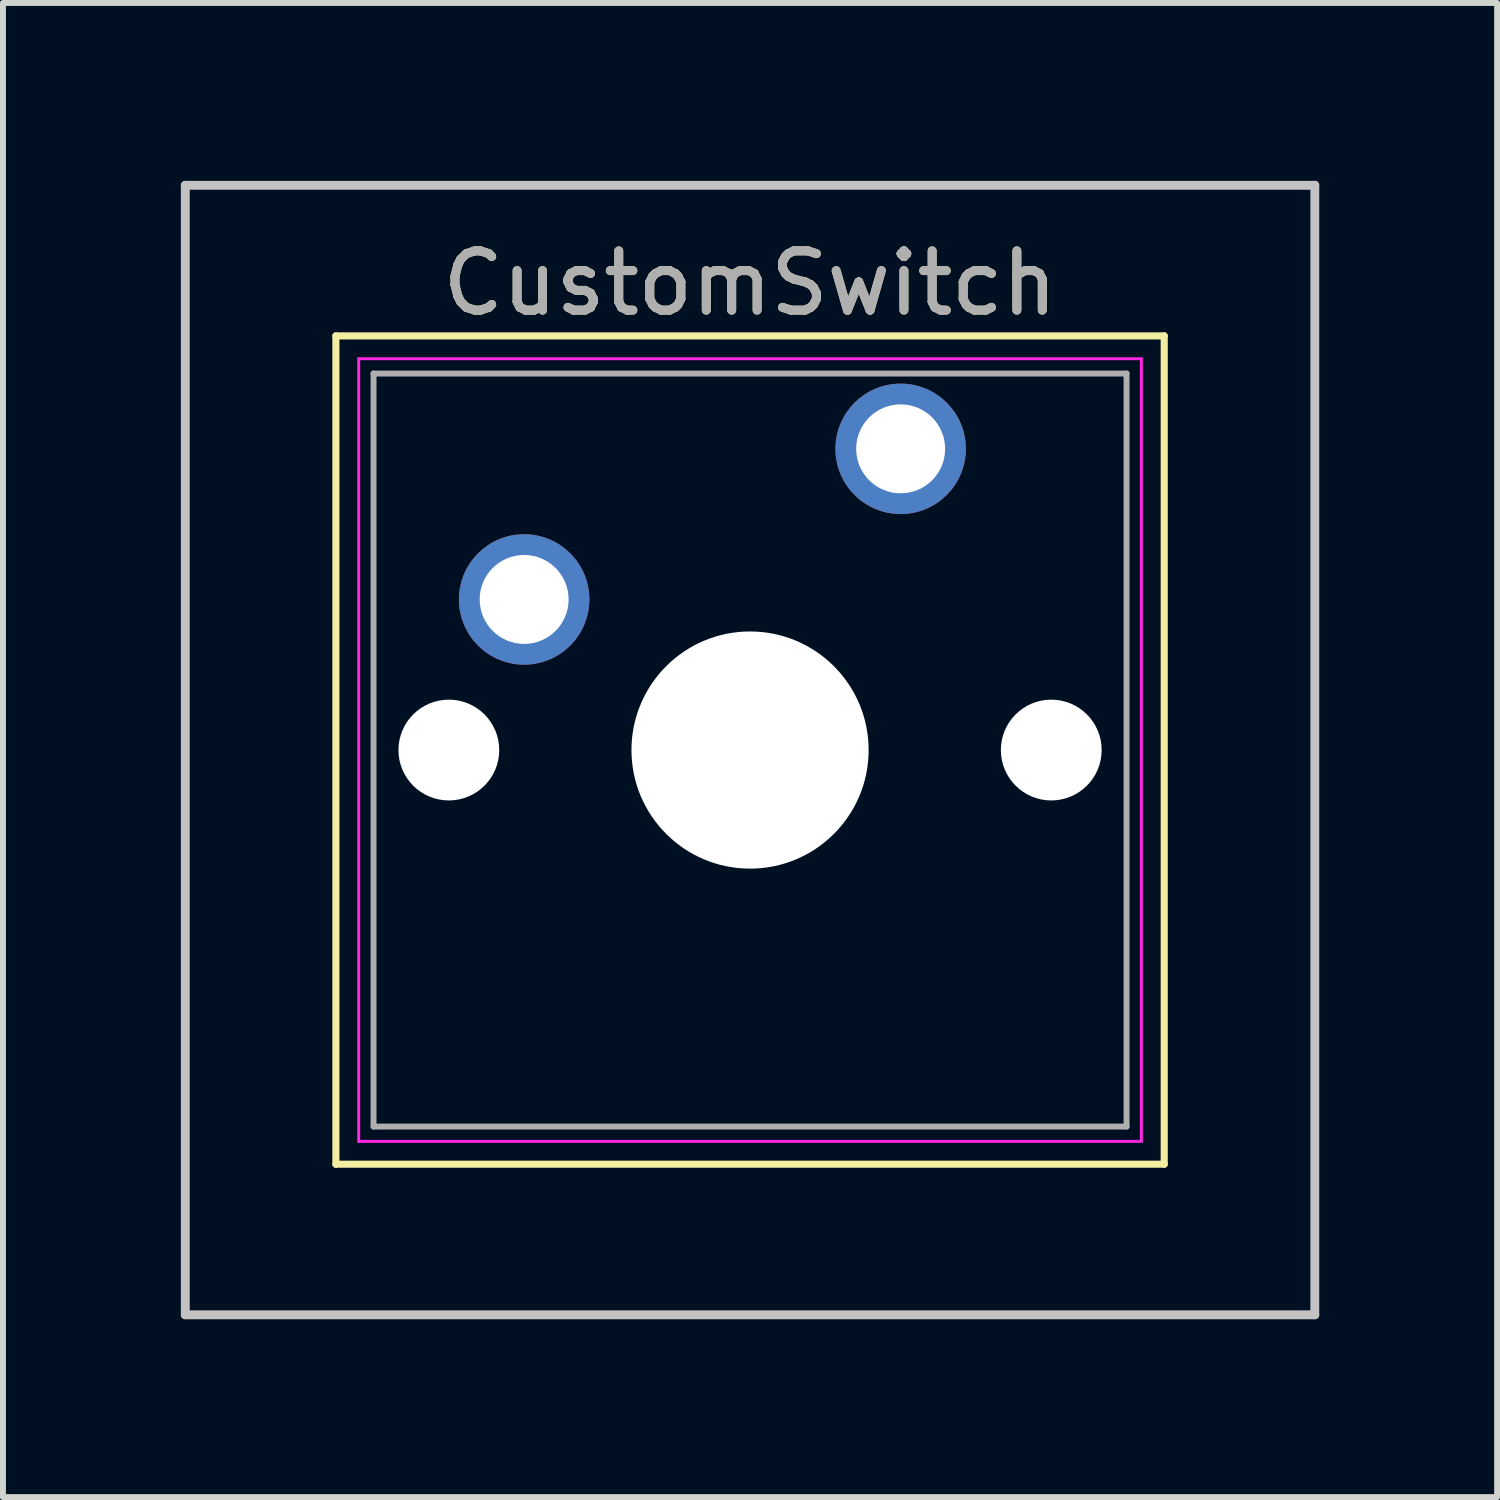
<source format=kicad_pcb>
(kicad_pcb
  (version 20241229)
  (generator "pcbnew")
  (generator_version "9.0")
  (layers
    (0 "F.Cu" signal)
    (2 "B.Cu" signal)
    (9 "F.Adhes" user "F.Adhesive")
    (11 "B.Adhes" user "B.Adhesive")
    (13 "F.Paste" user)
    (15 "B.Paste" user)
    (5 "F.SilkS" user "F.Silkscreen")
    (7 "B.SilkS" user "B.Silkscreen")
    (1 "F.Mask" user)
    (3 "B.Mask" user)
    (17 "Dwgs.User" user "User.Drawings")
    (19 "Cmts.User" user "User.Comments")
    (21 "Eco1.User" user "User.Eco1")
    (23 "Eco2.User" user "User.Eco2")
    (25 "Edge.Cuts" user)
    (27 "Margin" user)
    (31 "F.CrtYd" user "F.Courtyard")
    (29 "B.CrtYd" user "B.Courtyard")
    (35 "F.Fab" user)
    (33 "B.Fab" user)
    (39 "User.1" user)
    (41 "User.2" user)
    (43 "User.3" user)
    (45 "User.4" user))
  (footprint "CustomSwitch"
    (layer "F.Cu")
    (at 12.14 4.52)
    (property "Reference" "CustomSwitch" (at -2.54 -2.794 0) (layer "F.SilkS") (effects (font (size 1 1) (thickness 0.15))))
    (attr through_hole)
    (fp_line (start -9.525 -1.905) (end 4.445 -1.905) (stroke (width 0.12) (type solid)) (layer "F.SilkS"))
    (fp_line (start -9.525 12.065) (end -9.525 -1.905) (stroke (width 0.12) (type solid)) (layer "F.SilkS"))
    (fp_line (start 4.445 -1.905) (end 4.445 12.065) (stroke (width 0.12) (type solid)) (layer "F.SilkS"))
    (fp_line (start 4.445 12.065) (end -9.525 12.065) (stroke (width 0.12) (type solid)) (layer "F.SilkS"))
    (fp_line (start -12.065 -4.445) (end 6.985 -4.445) (stroke (width 0.15) (type solid)) (layer "Dwgs.User"))
    (fp_line (start -12.065 14.605) (end -12.065 -4.445) (stroke (width 0.15) (type solid)) (layer "Dwgs.User"))
    (fp_line (start 6.985 -4.445) (end 6.985 14.605) (stroke (width 0.15) (type solid)) (layer "Dwgs.User"))
    (fp_line (start 6.985 14.605) (end -12.065 14.605) (stroke (width 0.15) (type solid)) (layer "Dwgs.User"))
    (fp_line (start -9.14 -1.52) (end 4.06 -1.52) (stroke (width 0.05) (type solid)) (layer "F.CrtYd"))
    (fp_line (start -9.14 11.68) (end -9.14 -1.52) (stroke (width 0.05) (type solid)) (layer "F.CrtYd"))
    (fp_line (start 4.06 -1.52) (end 4.06 11.68) (stroke (width 0.05) (type solid)) (layer "F.CrtYd"))
    (fp_line (start 4.06 11.68) (end -9.14 11.68) (stroke (width 0.05) (type solid)) (layer "F.CrtYd"))
    (fp_line (start -8.89 -1.27) (end 3.81 -1.27) (stroke (width 0.1) (type solid)) (layer "F.Fab"))
    (fp_line (start -8.89 11.43) (end -8.89 -1.27) (stroke (width 0.1) (type solid)) (layer "F.Fab"))
    (fp_line (start 3.81 -1.27) (end 3.81 11.43) (stroke (width 0.1) (type solid)) (layer "F.Fab"))
    (fp_line (start 3.81 11.43) (end -8.89 11.43) (stroke (width 0.1) (type solid)) (layer "F.Fab"))
    (fp_text user "${REFERENCE}" (at -2.54 -2.794 0) (layer "F.Fab") (effects (font (size 1 1) (thickness 0.15))))
    (pad "" np_thru_hole circle (at -7.62 5.08) (size 1.7 1.7) (drill 1.7) (layers "*.Cu" "*.Mask"))
    (pad "" np_thru_hole circle (at -2.54 5.08) (size 4 4) (drill 4) (layers "*.Cu" "*.Mask"))
    (pad "" np_thru_hole circle (at 2.54 5.08) (size 1.7 1.7) (drill 1.7) (layers "*.Cu" "*.Mask"))
    (pad "1" thru_hole circle (at 0 0) (size 2.2 2.2) (drill 1.5) (layers "*.Cu" "*.Mask"))
    (pad "2" thru_hole circle (at -6.35 2.54) (size 2.2 2.2) (drill 1.5) (layers "*.Cu" "*.Mask")))
  (gr_rect
    (start -3 -3)
    (end 22.2 22.2)
    (stroke (width 0.1) (type default))
    (fill no)
    (layer "Edge.Cuts")))
</source>
